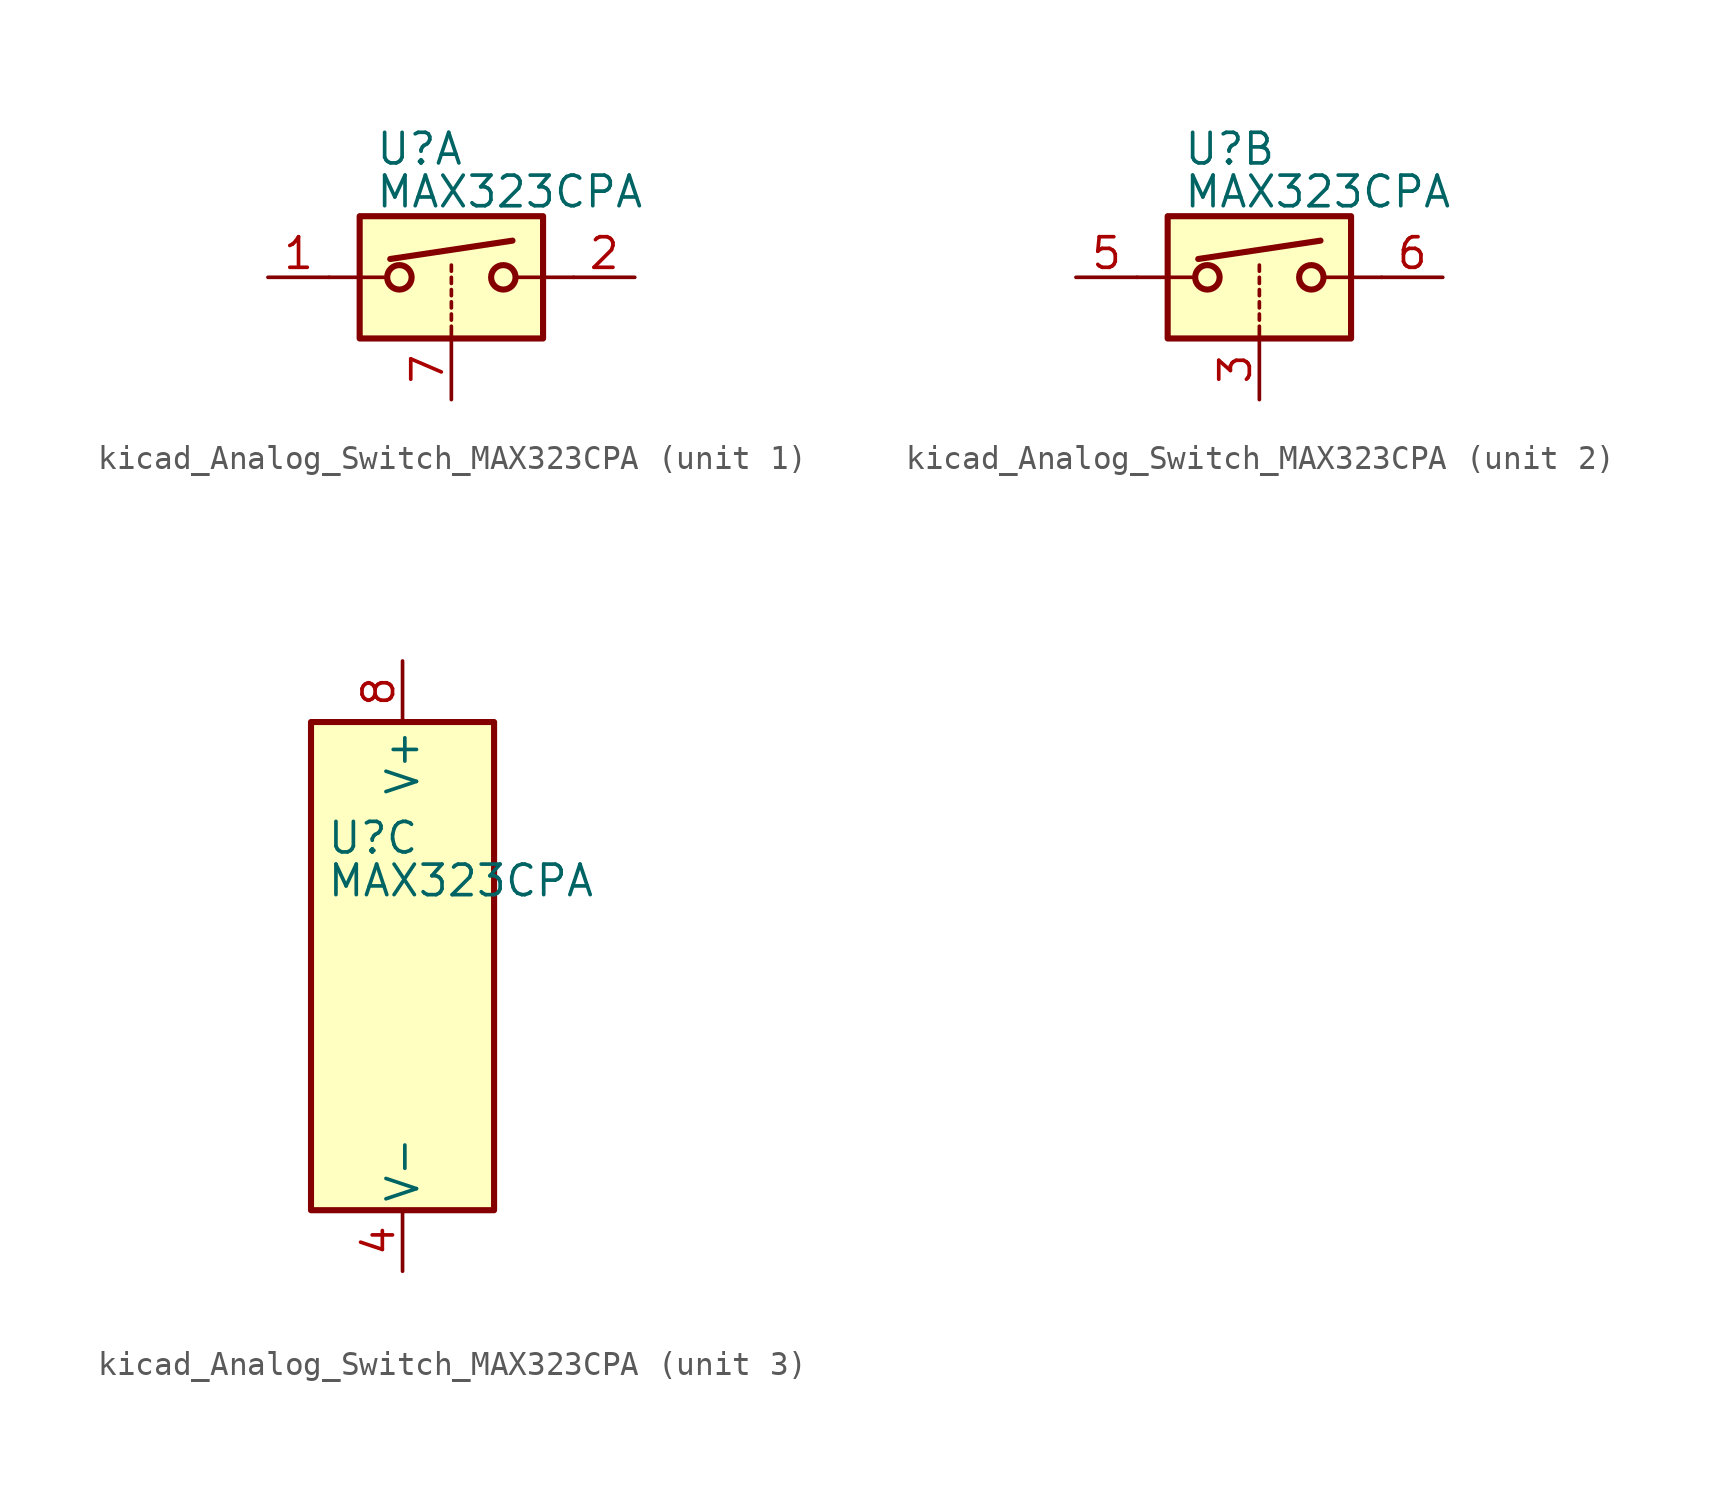
<source format=kicad_sym>
(kicad_symbol_lib
  (version 20220914)
  (generator kicad_symbol_editor)
  (symbol "kicad_Analog_Switch_MAX323CPA"
    (pin_names
      (offset 0.254))
    (property "Reference" "U"
      (at -3.175 5.334 0)
      (effects (font (size 1.27 1.27)) (justify left)))
    (property "Value" "MAX323CPA"
      (at -3.175 3.556 0)
      (effects (font (size 1.27 1.27)) (justify left)))
    (symbol "kicad_Analog_Switch_MAX323CPA_1_1"
      (rectangle (start -3.81 2.54) (end 3.81 -2.54) (stroke (width 0.254) (type default)) (fill (type background)))
      (circle (center -2.159 0) (radius 0.508) (stroke (width 0.254) (type default)) (fill (type none)))
      (polyline (pts (xy -5.08 0) (xy -2.794 0)) (stroke (width 0) (type default)) (fill (type none)))
      (polyline (pts (xy -2.54 0.762) (xy 2.54 1.524)) (stroke (width 0.254) (type default)) (fill (type none)))
      (polyline (pts (xy 0 -2.54) (xy 0 -2.032)) (stroke (width 0) (type default)) (fill (type none)))
      (polyline (pts (xy 0 -1.778) (xy 0 -1.524)) (stroke (width 0) (type default)) (fill (type none)))
      (polyline (pts (xy 0 -1.27) (xy 0 -1.016)) (stroke (width 0) (type default)) (fill (type none)))
      (polyline (pts (xy 0 -0.762) (xy 0 -0.508)) (stroke (width 0) (type default)) (fill (type none)))
      (polyline (pts (xy 0 -0.254) (xy 0 0)) (stroke (width 0) (type default)) (fill (type none)))
      (polyline (pts (xy 0 0.254) (xy 0 0.508)) (stroke (width 0) (type default)) (fill (type none)))
      (polyline (pts (xy 5.08 0) (xy 2.794 0)) (stroke (width 0) (type default)) (fill (type none)))
      (circle (center 2.159 0) (radius 0.508) (stroke (width 0.254) (type default)) (fill (type none)))
      (pin passive line (at -7.62 0 0) (length 2.54) (name "~" (effects (font (size 1.27 1.27)))) (number "1" (effects (font (size 1.27 1.27)))))
      (pin passive line (at 7.62 0 180) (length 2.54) (name "~" (effects (font (size 1.27 1.27)))) (number "2" (effects (font (size 1.27 1.27)))))
      (pin input line (at 0 -5.08 90) (length 2.54) (name "~" (effects (font (size 1.27 1.27)))) (number "7" (effects (font (size 1.27 1.27))))))
    (symbol "kicad_Analog_Switch_MAX323CPA_2_1"
      (rectangle (start -3.81 2.54) (end 3.81 -2.54) (stroke (width 0.254) (type default)) (fill (type background)))
      (circle (center -2.159 0) (radius 0.508) (stroke (width 0.254) (type default)) (fill (type none)))
      (polyline (pts (xy -5.08 0) (xy -2.794 0)) (stroke (width 0) (type default)) (fill (type none)))
      (polyline (pts (xy -2.54 0.762) (xy 2.54 1.524)) (stroke (width 0.254) (type default)) (fill (type none)))
      (polyline (pts (xy 0 -2.54) (xy 0 -2.032)) (stroke (width 0) (type default)) (fill (type none)))
      (polyline (pts (xy 0 -1.778) (xy 0 -1.524)) (stroke (width 0) (type default)) (fill (type none)))
      (polyline (pts (xy 0 -1.27) (xy 0 -1.016)) (stroke (width 0) (type default)) (fill (type none)))
      (polyline (pts (xy 0 -0.762) (xy 0 -0.508)) (stroke (width 0) (type default)) (fill (type none)))
      (polyline (pts (xy 0 -0.254) (xy 0 0)) (stroke (width 0) (type default)) (fill (type none)))
      (polyline (pts (xy 0 0.254) (xy 0 0.508)) (stroke (width 0) (type default)) (fill (type none)))
      (polyline (pts (xy 5.08 0) (xy 2.794 0)) (stroke (width 0) (type default)) (fill (type none)))
      (circle (center 2.159 0) (radius 0.508) (stroke (width 0.254) (type default)) (fill (type none)))
      (pin input line (at 0 -5.08 90) (length 2.54) (name "~" (effects (font (size 1.27 1.27)))) (number "3" (effects (font (size 1.27 1.27)))))
      (pin passive line (at -7.62 0 0) (length 2.54) (name "~" (effects (font (size 1.27 1.27)))) (number "5" (effects (font (size 1.27 1.27)))))
      (pin passive line (at 7.62 0 180) (length 2.54) (name "~" (effects (font (size 1.27 1.27)))) (number "6" (effects (font (size 1.27 1.27))))))
    (symbol "kicad_Analog_Switch_MAX323CPA_3_0"
      (pin power_in line (at 0 -12.7 90) (length 2.54) (name "V-" (effects (font (size 1.27 1.27)))) (number "4" (effects (font (size 1.27 1.27)))))
      (pin power_in line (at 0 12.7 270) (length 2.54) (name "V+" (effects (font (size 1.27 1.27)))) (number "8" (effects (font (size 1.27 1.27))))))
    (symbol "kicad_Analog_Switch_MAX323CPA_3_1"
      (rectangle (start -3.81 10.16) (end 3.81 -10.16) (stroke (width 0.254) (type default)) (fill (type background))))))
</source>
